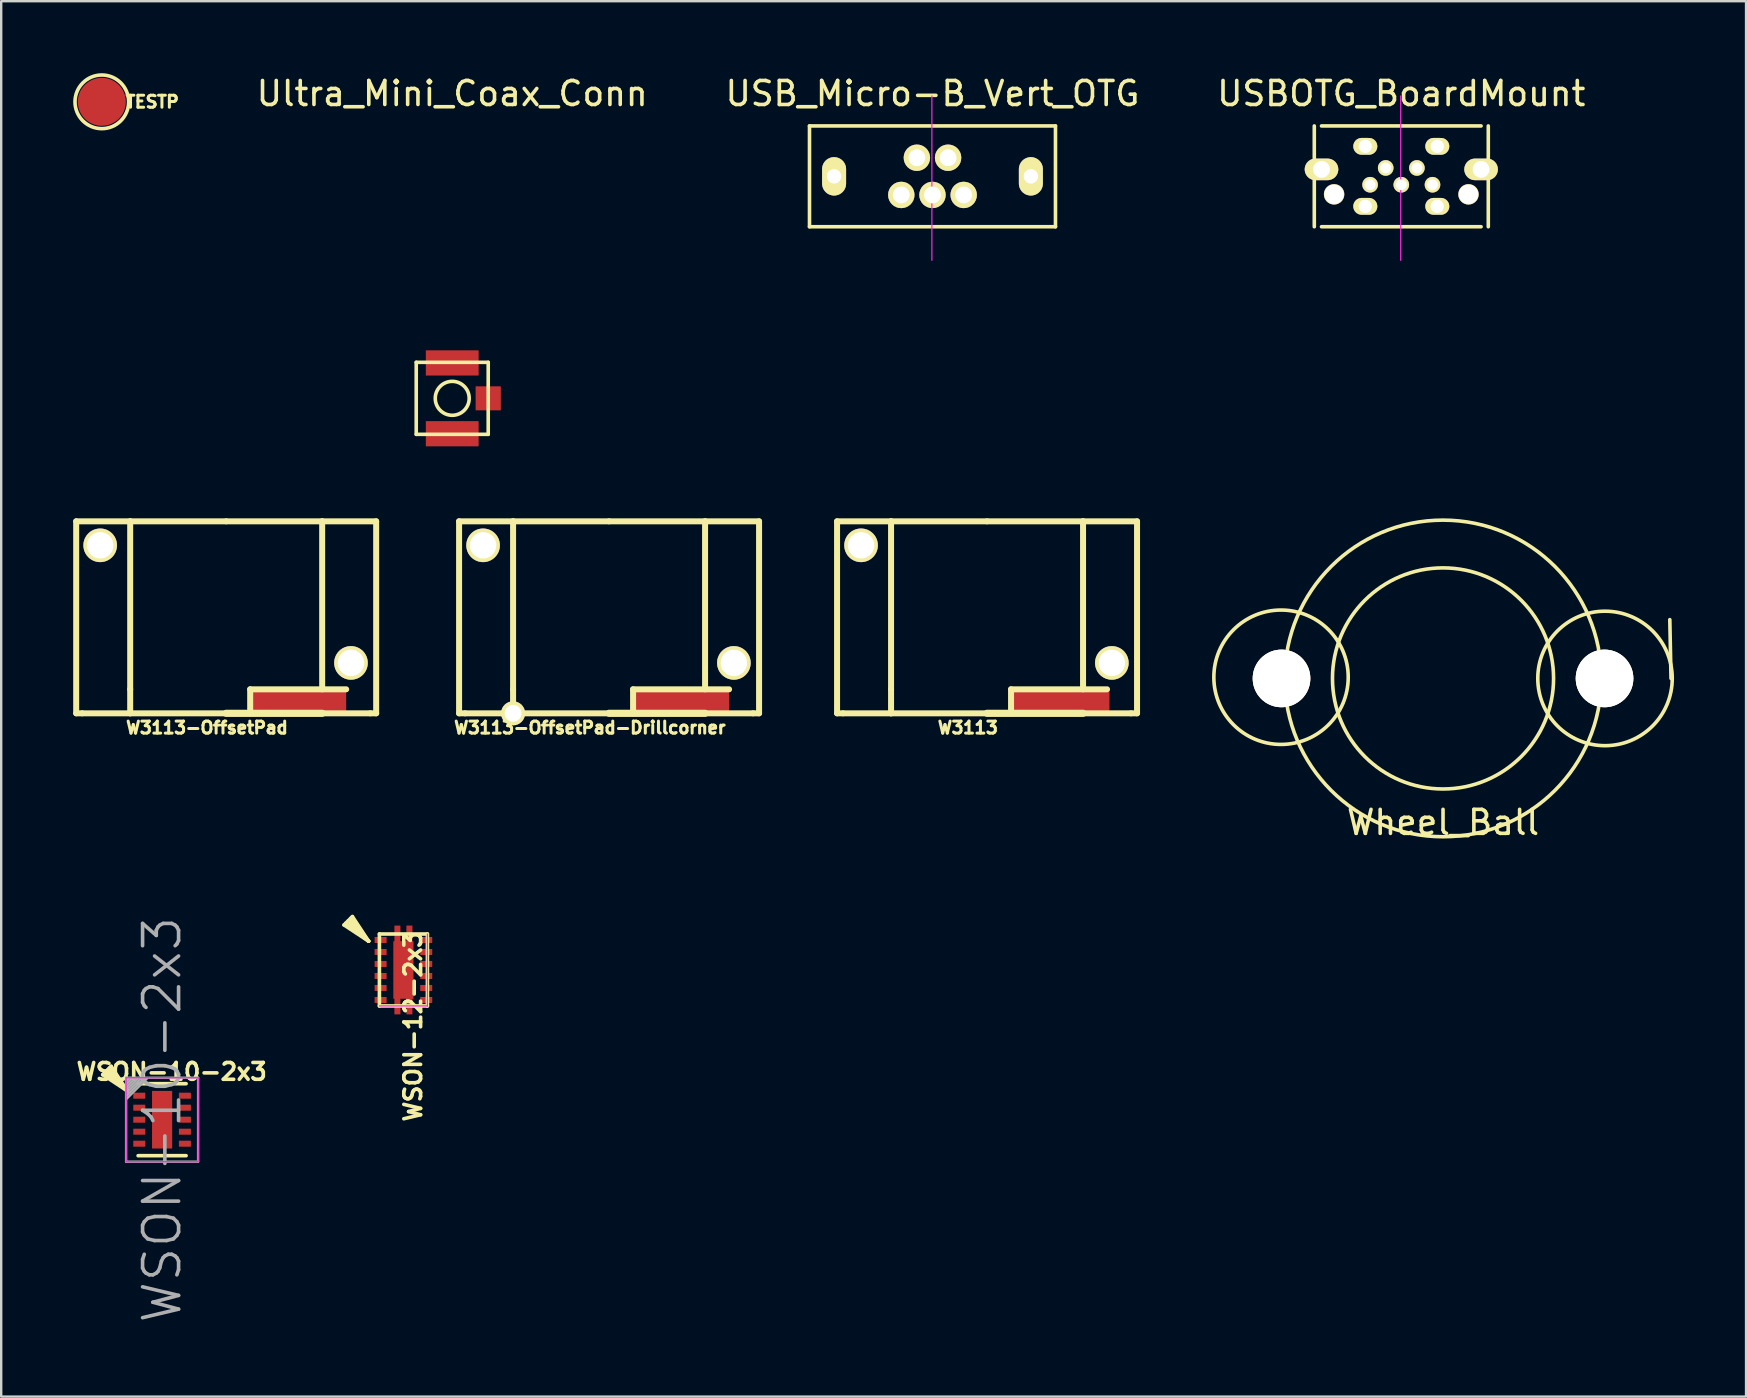
<source format=kicad_pcb>
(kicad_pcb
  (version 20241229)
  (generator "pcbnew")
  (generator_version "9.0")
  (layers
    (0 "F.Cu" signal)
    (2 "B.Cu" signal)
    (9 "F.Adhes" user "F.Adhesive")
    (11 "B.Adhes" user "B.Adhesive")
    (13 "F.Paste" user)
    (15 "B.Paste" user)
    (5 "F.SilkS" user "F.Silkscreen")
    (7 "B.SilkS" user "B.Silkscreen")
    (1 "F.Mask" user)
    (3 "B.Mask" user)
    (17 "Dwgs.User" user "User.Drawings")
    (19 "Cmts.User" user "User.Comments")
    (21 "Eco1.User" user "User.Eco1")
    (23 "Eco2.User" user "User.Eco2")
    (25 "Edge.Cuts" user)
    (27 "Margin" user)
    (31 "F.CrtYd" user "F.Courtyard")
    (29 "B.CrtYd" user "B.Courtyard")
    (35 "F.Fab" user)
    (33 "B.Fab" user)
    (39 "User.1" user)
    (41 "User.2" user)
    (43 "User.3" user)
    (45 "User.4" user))
  (footprint "W3113"
    (layer "F.Cu")
    (at 38.08 26.673)
    (property "Reference" "W3113" (at -0.8 0.6 0) (layer "F.SilkS") (effects (font (size 0.5 0.5) (thickness 0.125))))
    (attr through_hole)
    (fp_line (start -6.25 -8) (end -4 -8) (stroke (width 0.25) (type solid)) (layer "F.SilkS"))
    (fp_line (start -6.25 0) (end -6.25 -8) (stroke (width 0.25) (type solid)) (layer "F.SilkS"))
    (fp_line (start -6 0) (end -6.25 0) (stroke (width 0.25) (type solid)) (layer "F.SilkS"))
    (fp_line (start -4 -8) (end -4 -1) (stroke (width 0.25) (type solid)) (layer "F.SilkS"))
    (fp_line (start -4 -1) (end -4 0) (stroke (width 0.25) (type solid)) (layer "F.SilkS"))
    (fp_line (start -4 0) (end -6 0) (stroke (width 0.25) (type solid)) (layer "F.SilkS"))
    (fp_line (start -4 0) (end 0 0) (stroke (width 0.25) (type solid)) (layer "F.SilkS"))
    (fp_line (start 0 -8) (end -4 -8) (stroke (width 0.25) (type solid)) (layer "F.SilkS"))
    (fp_line (start 0 0) (end 4 0) (stroke (width 0.3) (type solid)) (layer "F.SilkS"))
    (fp_line (start 1 -1) (end 5 -1) (stroke (width 0.25) (type solid)) (layer "F.SilkS"))
    (fp_line (start 1 0) (end 1 -1) (stroke (width 0.25) (type solid)) (layer "F.SilkS"))
    (fp_line (start 4 -8) (end 0 -8) (stroke (width 0.25) (type solid)) (layer "F.SilkS"))
    (fp_line (start 4 -1) (end 4 -8) (stroke (width 0.25) (type solid)) (layer "F.SilkS"))
    (fp_line (start 4 0) (end 6 0) (stroke (width 0.25) (type solid)) (layer "F.SilkS"))
    (fp_line (start 6 0) (end 6.25 0) (stroke (width 0.25) (type solid)) (layer "F.SilkS"))
    (fp_line (start 6.25 -8) (end 4 -8) (stroke (width 0.25) (type solid)) (layer "F.SilkS"))
    (fp_line (start 6.25 0) (end 6.25 -8) (stroke (width 0.25) (type solid)) (layer "F.SilkS"))
    (pad "" np_thru_hole circle (at -5.25 -7) (size 1.4 1.4) (drill 1.1) (layers "*.Cu" "*.Mask" "F.SilkS"))
    (pad "" np_thru_hole circle (at 5.2 -2.1) (size 1.4 1.4) (drill 1.1) (layers "*.Cu" "*.Mask" "F.SilkS"))
    (pad "1" smd rect (at 3.1 -0.4) (size 4 1) (layers "F.Cu" "F.Mask" "F.Paste")))
  (footprint "Wheel_Ball"
    (layer "F.Cu")
    (at 57.08 25.22)
    (property "Reference" "Wheel_Ball" (at 0 6 0) (layer "F.SilkS") (effects (font (size 1 1) (thickness 0.15))))
    (attr through_hole)
    (fp_line (start 9.5 0) (end 9.45 -2.45) (stroke (width 0.15) (type solid)) (layer "F.SilkS"))
    (fp_circle (center -6.75 -0.05) (end -9.55 -0.05) (stroke (width 0.15) (type solid)) (fill no) (layer "F.SilkS"))
    (fp_circle (center 0 0) (end 4.1 2.1) (stroke (width 0.15) (type solid)) (fill no) (layer "F.SilkS"))
    (fp_circle (center 0 0) (end 5.9 2.95) (stroke (width 0.15) (type solid)) (fill no) (layer "F.SilkS"))
    (fp_circle (center 6.75 0) (end 9.55 -0.1) (stroke (width 0.15) (type solid)) (fill no) (layer "F.SilkS"))
    (pad "1" thru_hole circle (at -6.73 0) (size 2.4 2.4) (drill 2.4) (layers "*.Cu" "*.Mask" "F.SilkS"))
    (pad "1" thru_hole circle (at 6.73 0) (size 2.4 2.4) (drill 2.4) (layers "*.Cu" "*.Mask" "F.SilkS")))
  (footprint "USBOTG_BoardMount"
    (layer "F.Cu")
    (at 55.341 4.298)
    (property "Reference" "USBOTG_BoardMount" (at 0 -3.45 0) (layer "F.SilkS") (effects (font (size 1 1) (thickness 0.15))))
    (attr smd)
    (fp_line (start -3.625 2.1) (end -3.625 -2.1) (stroke (width 0.15) (type solid)) (layer "F.SilkS"))
    (fp_line (start -3.325 -2.1) (end 3.325 -2.1) (stroke (width 0.15) (type solid)) (layer "F.SilkS"))
    (fp_line (start 3.325 2.1) (end -3.325 2.1) (stroke (width 0.15) (type solid)) (layer "F.SilkS"))
    (fp_line (start 3.625 -2.1) (end 3.625 2.1) (stroke (width 0.15) (type solid)) (layer "F.SilkS"))
    (fp_line (start -0.025 -3.35) (end -0.025 3.5) (stroke (width 0.05) (type solid)) (layer "F.CrtYd"))
    (pad "1" thru_hole circle (at 1.3 0.35 90) (size 0.65 0.65) (drill 0.45) (layers "*.Cu" "*.Mask" "F.SilkS"))
    (pad "2" thru_hole circle (at 0.65 -0.35 90) (size 0.65 0.65) (drill 0.45) (layers "*.Cu" "*.Mask" "F.SilkS"))
    (pad "3" thru_hole circle (at 0 0.35 90) (size 0.65 0.65) (drill 0.45) (layers "*.Cu" "*.Mask" "F.SilkS"))
    (pad "4" thru_hole circle (at -0.65 -0.35 90) (size 0.65 0.65) (drill 0.45) (layers "*.Cu" "*.Mask" "F.SilkS"))
    (pad "5" thru_hole circle (at -1.3 0.35 90) (size 0.65 0.65) (drill 0.45) (layers "*.Cu" "*.Mask" "F.SilkS"))
    (pad "6" thru_hole oval (at -3.325 -0.29 180) (size 1.4 0.9) (drill 0.7) (layers "*.Cu" "*.Mask" "F.SilkS"))
    (pad "6" thru_hole circle (at -2.8 0.75 90) (size 0.85 0.85) (drill 0.8) (layers "*.Cu" "*.Mask" "F.SilkS"))
    (pad "6" thru_hole oval (at -1.5 -1.25 180) (size 1 0.7) (drill 0.55) (layers "*.Cu" "*.Mask" "F.SilkS"))
    (pad "6" thru_hole oval (at -1.5 1.25 180) (size 1 0.7) (drill 0.55) (layers "*.Cu" "*.Mask" "F.SilkS"))
    (pad "6" thru_hole oval (at 1.5 -1.25 180) (size 1 0.7) (drill 0.55) (layers "*.Cu" "*.Mask" "F.SilkS"))
    (pad "6" thru_hole oval (at 1.5 1.25 180) (size 1 0.7) (drill 0.55) (layers "*.Cu" "*.Mask" "F.SilkS"))
    (pad "6" thru_hole circle (at 2.8 0.75 90) (size 0.85 0.85) (drill 0.8) (layers "*.Cu" "*.Mask" "F.SilkS"))
    (pad "6" thru_hole oval (at 3.325 -0.29 180) (size 1.4 0.9) (drill 0.7) (layers "*.Cu" "*.Mask" "F.SilkS")))
  (footprint "TESTP"
    (layer "F.Cu")
    (at 1.193 1.193)
    (property "Reference" "TESTP" (at 2.1 0 0) (layer "F.SilkS") (effects (font (size 0.5 0.5) (thickness 0.125))))
    (attr through_hole)
    (fp_circle (center 0 0) (end 0.5 -1) (stroke (width 0.15) (type solid)) (fill no) (layer "F.SilkS"))
    (pad "1" smd circle (at 0 0) (size 2 2) (layers "F.Cu" "F.Mask" "F.Paste")))
  (footprint "W3113-OffsetPad"
    (layer "F.Cu")
    (at 6.375 26.673)
    (property "Reference" "W3113-OffsetPad" (at -0.8 0.6 0) (layer "F.SilkS") (effects (font (size 0.5 0.5) (thickness 0.125))))
    (attr through_hole)
    (fp_line (start -6.25 -8) (end -4 -8) (stroke (width 0.25) (type solid)) (layer "F.SilkS"))
    (fp_line (start -6.25 0) (end -6.25 -8) (stroke (width 0.25) (type solid)) (layer "F.SilkS"))
    (fp_line (start -6 0) (end -6.25 0) (stroke (width 0.25) (type solid)) (layer "F.SilkS"))
    (fp_line (start -4 -8) (end -4 -1) (stroke (width 0.25) (type solid)) (layer "F.SilkS"))
    (fp_line (start -4 -1) (end -4 0) (stroke (width 0.25) (type solid)) (layer "F.SilkS"))
    (fp_line (start -4 0) (end -6 0) (stroke (width 0.25) (type solid)) (layer "F.SilkS"))
    (fp_line (start -4 0) (end 0 0) (stroke (width 0.25) (type solid)) (layer "F.SilkS"))
    (fp_line (start 0 -8) (end -4 -8) (stroke (width 0.25) (type solid)) (layer "F.SilkS"))
    (fp_line (start 0 0) (end 4 0) (stroke (width 0.3) (type solid)) (layer "F.SilkS"))
    (fp_line (start 1 -1) (end 5 -1) (stroke (width 0.25) (type solid)) (layer "F.SilkS"))
    (fp_line (start 1 0) (end 1 -1) (stroke (width 0.25) (type solid)) (layer "F.SilkS"))
    (fp_line (start 4 -8) (end 0 -8) (stroke (width 0.25) (type solid)) (layer "F.SilkS"))
    (fp_line (start 4 -1) (end 4 -8) (stroke (width 0.25) (type solid)) (layer "F.SilkS"))
    (fp_line (start 4 0) (end 6 0) (stroke (width 0.25) (type solid)) (layer "F.SilkS"))
    (fp_line (start 6 0) (end 6.25 0) (stroke (width 0.25) (type solid)) (layer "F.SilkS"))
    (fp_line (start 6.25 -8) (end 4 -8) (stroke (width 0.25) (type solid)) (layer "F.SilkS"))
    (fp_line (start 6.25 0) (end 6.25 -8) (stroke (width 0.25) (type solid)) (layer "F.SilkS"))
    (pad "" np_thru_hole circle (at -5.25 -7) (size 1.4 1.4) (drill 1.1) (layers "*.Cu" "*.Mask" "F.SilkS"))
    (pad "" np_thru_hole circle (at 5.2 -2.1) (size 1.4 1.4) (drill 1.1) (layers "*.Cu" "*.Mask" "F.SilkS"))
    (pad "1" smd rect (at 2 -0.5) (size 4 1) (drill (offset 1 0)) (layers "F.Cu" "F.Mask" "F.Paste")))
  (footprint "WSON-10-2x3"
    (layer "F.Cu")
    (at 3.705 43.607)
    (property "Reference" "WSON-10-2x3" (at 0.4 -2 0) (layer "F.SilkS") (effects (font (size 0.7 0.7) (thickness 0.15))))
    (attr through_hole)
    (fp_line (start -2.475 -1.875) (end -1.45 -1.2) (stroke (width 0.15) (type solid)) (layer "F.SilkS"))
    (fp_line (start -2.125 -2.225) (end -2.475 -1.875) (stroke (width 0.15) (type solid)) (layer "F.SilkS"))
    (fp_line (start -1.45 -1.2) (end -2.4 -1.95) (stroke (width 0.15) (type solid)) (layer "F.SilkS"))
    (fp_line (start -1.45 -1.2) (end -2.3 -2.05) (stroke (width 0.15) (type solid)) (layer "F.SilkS"))
    (fp_line (start -1.45 -1.2) (end -2.2 -2.15) (stroke (width 0.15) (type solid)) (layer "F.SilkS"))
    (fp_line (start -1.45 -1.2) (end -2.125 -2.225) (stroke (width 0.15) (type solid)) (layer "F.SilkS"))
    (fp_line (start -1 -1.5) (end 1 -1.5) (stroke (width 0.15) (type solid)) (layer "F.SilkS"))
    (fp_line (start -1 1.5) (end 1 1.5) (stroke (width 0.15) (type solid)) (layer "F.SilkS"))
    (fp_line (start -1.5 -1.75) (end -1.5 1.75) (stroke (width 0.05) (type solid)) (layer "F.CrtYd"))
    (fp_line (start -1.5 -1.75) (end 1.5 -1.75) (stroke (width 0.05) (type solid)) (layer "F.CrtYd"))
    (fp_line (start -1.5 1.75) (end 1.5 1.75) (stroke (width 0.05) (type solid)) (layer "F.CrtYd"))
    (fp_line (start 1.5 1.75) (end 1.5 -1.75) (stroke (width 0.05) (type solid)) (layer "F.CrtYd"))
    (fp_line (start -1.5 -1.75) (end 1.5 -1.75) (stroke (width 0.1) (type solid)) (layer "F.Fab"))
    (fp_line (start -1.5 1.75) (end -1.5 -1.75) (stroke (width 0.1) (type solid)) (layer "F.Fab"))
    (fp_line (start -1.475 -1.125) (end -0.875 -1.725) (stroke (width 0.1) (type solid)) (layer "F.Fab"))
    (fp_line (start -1.375 -1.725) (end -1.475 -1.625) (stroke (width 0.1) (type solid)) (layer "F.Fab"))
    (fp_line (start -1.25 -1.725) (end -1.475 -1.5) (stroke (width 0.1) (type solid)) (layer "F.Fab"))
    (fp_line (start -1.125 -1.725) (end -1.475 -1.375) (stroke (width 0.1) (type solid)) (layer "F.Fab"))
    (fp_line (start -1 -1.725) (end -1.475 -1.25) (stroke (width 0.1) (type solid)) (layer "F.Fab"))
    (fp_line (start -0.75 -1.725) (end -1.475 -1) (stroke (width 0.1) (type solid)) (layer "F.Fab"))
    (fp_line (start -0.625 -1.725) (end -1.475 -0.875) (stroke (width 0.1) (type solid)) (layer "F.Fab"))
    (fp_line (start 1.5 -1.75) (end 1.5 1.75) (stroke (width 0.1) (type solid)) (layer "F.Fab"))
    (fp_line (start 1.5 1.75) (end -1.5 1.75) (stroke (width 0.1) (type solid)) (layer "F.Fab"))
    (fp_text user "${REFERENCE}" (at 0 0 90) (layer "F.Fab") (effects (font (size 1.5 1.5) (thickness 0.15))))
    (pad "" smd rect (at 0 -0.6) (size 0.84 1) (layers "F.Paste"))
    (pad "" smd rect (at 0 0.6) (size 0.84 1) (layers "F.Paste"))
    (pad "1" smd rect (at -0.95 -1) (size 0.5 0.25) (layers "F.Cu" "F.Mask" "F.Paste"))
    (pad "2" smd rect (at -0.95 -0.5) (size 0.5 0.25) (layers "F.Cu" "F.Mask" "F.Paste"))
    (pad "3" smd rect (at -0.95 0) (size 0.5 0.25) (layers "F.Cu" "F.Mask" "F.Paste"))
    (pad "4" smd rect (at -0.95 0.5) (size 0.5 0.25) (layers "F.Cu" "F.Mask" "F.Paste"))
    (pad "5" smd rect (at -0.95 1) (size 0.5 0.25) (layers "F.Cu" "F.Mask" "F.Paste"))
    (pad "6" smd rect (at 0.95 1) (size 0.5 0.25) (layers "F.Cu" "F.Mask" "F.Paste"))
    (pad "7" smd rect (at 0.95 0.5) (size 0.5 0.25) (layers "F.Cu" "F.Mask" "F.Paste"))
    (pad "8" smd rect (at 0.95 0) (size 0.5 0.25) (layers "F.Cu" "F.Mask" "F.Paste"))
    (pad "9" smd rect (at 0.95 -0.5) (size 0.5 0.25) (layers "F.Cu" "F.Mask" "F.Paste"))
    (pad "10" smd rect (at 0.95 -1) (size 0.5 0.25) (layers "F.Cu" "F.Mask" "F.Paste"))
    (pad "PAD" smd rect (at 0 0) (size 0.84 2.4) (layers "F.Cu" "F.Mask")))
  (footprint "WSON-12-2x3"
    (layer "F.Cu")
    (at 13.76 37.368)
    (property "Reference" "WSON-12-2x3" (at 0.4 2.35 90) (layer "F.SilkS") (effects (font (size 0.7 0.7) (thickness 0.15))))
    (attr through_hole)
    (fp_line (start -2.475 -1.875) (end -1.45 -1.2) (stroke (width 0.15) (type solid)) (layer "F.SilkS"))
    (fp_line (start -2.125 -2.225) (end -2.475 -1.875) (stroke (width 0.15) (type solid)) (layer "F.SilkS"))
    (fp_line (start -1.45 -1.2) (end -2.4 -1.95) (stroke (width 0.15) (type solid)) (layer "F.SilkS"))
    (fp_line (start -1.45 -1.2) (end -2.3 -2.05) (stroke (width 0.15) (type solid)) (layer "F.SilkS"))
    (fp_line (start -1.45 -1.2) (end -2.2 -2.15) (stroke (width 0.15) (type solid)) (layer "F.SilkS"))
    (fp_line (start -1.45 -1.2) (end -2.125 -2.225) (stroke (width 0.15) (type solid)) (layer "F.SilkS"))
    (fp_line (start -1 -1.5) (end -1 1.5) (stroke (width 0.15) (type solid)) (layer "F.SilkS"))
    (fp_line (start -1 1.5) (end 1 1.5) (stroke (width 0.15) (type solid)) (layer "F.SilkS"))
    (fp_line (start 1 -1.5) (end -1 -1.5) (stroke (width 0.15) (type solid)) (layer "F.SilkS"))
    (fp_line (start 1 1.5) (end 1 -1.5) (stroke (width 0.15) (type solid)) (layer "F.SilkS"))
    (fp_line (start -1 1.5) (end 1 1.5) (stroke (width 0.05) (type solid)) (layer "F.CrtYd"))
    (fp_line (start 1 1.5) (end 1 -1.5) (stroke (width 0.05) (type solid)) (layer "F.CrtYd"))
    (pad "" smd rect (at 0 -0.6) (size 0.84 1) (layers "F.Paste"))
    (pad "" smd rect (at 0 0.6) (size 0.84 1) (layers "F.Paste"))
    (pad "1" smd rect (at -0.95 -1.25) (size 0.5 0.25) (layers "F.Cu" "F.Mask" "F.Paste"))
    (pad "2" smd rect (at -0.95 -0.75) (size 0.5 0.25) (layers "F.Cu" "F.Mask" "F.Paste"))
    (pad "3" smd rect (at -0.95 -0.25) (size 0.5 0.25) (layers "F.Cu" "F.Mask" "F.Paste"))
    (pad "4" smd rect (at -0.95 0.25) (size 0.5 0.25) (layers "F.Cu" "F.Mask" "F.Paste"))
    (pad "5" smd rect (at -0.95 0.75) (size 0.5 0.25) (layers "F.Cu" "F.Mask" "F.Paste"))
    (pad "6" smd rect (at -0.95 1.25) (size 0.5 0.25) (layers "F.Cu" "F.Mask" "F.Paste"))
    (pad "6" smd rect (at -0.25 -1.5) (size 0.25 0.7) (layers "F.Cu" "F.Mask" "F.Paste"))
    (pad "6" smd rect (at -0.25 1.5) (size 0.25 0.7) (layers "F.Cu" "F.Mask" "F.Paste"))
    (pad "6" smd rect (at 0 0) (size 0.84 2.4) (layers "F.Cu" "F.Mask"))
    (pad "6" smd rect (at 0.25 -1.5) (size 0.25 0.7) (layers "F.Cu" "F.Mask" "F.Paste"))
    (pad "6" smd rect (at 0.25 1.5) (size 0.25 0.7) (layers "F.Cu" "F.Mask" "F.Paste"))
    (pad "7" smd rect (at 0.95 1.25) (size 0.5 0.25) (layers "F.Cu" "F.Mask" "F.Paste"))
    (pad "8" smd rect (at 0.95 0.75) (size 0.5 0.25) (layers "F.Cu" "F.Mask" "F.Paste"))
    (pad "9" smd rect (at 0.95 0.25) (size 0.5 0.25) (layers "F.Cu" "F.Mask" "F.Paste"))
    (pad "10" smd rect (at 0.95 -0.25) (size 0.5 0.25) (layers "F.Cu" "F.Mask" "F.Paste"))
    (pad "11" smd rect (at 0.95 -0.75) (size 0.5 0.25) (layers "F.Cu" "F.Mask" "F.Paste"))
    (pad "12" smd rect (at 0.95 -1.25) (size 0.5 0.25) (layers "F.Cu" "F.Mask" "F.Paste")))
  (footprint "USB_Micro-B_Vert_OTG"
    (layer "F.Cu")
    (at 35.806 4.298)
    (property "Reference" "USB_Micro-B_Vert_OTG" (at 0 -3.45 0) (layer "F.SilkS") (effects (font (size 1 1) (thickness 0.15))))
    (attr smd)
    (fp_line (start -5.125 -2.1) (end 5.125 -2.1) (stroke (width 0.15) (type solid)) (layer "F.SilkS"))
    (fp_line (start -5.125 2.1) (end -5.125 -2.1) (stroke (width 0.15) (type solid)) (layer "F.SilkS"))
    (fp_line (start 5.125 -2.1) (end 5.125 2.1) (stroke (width 0.15) (type solid)) (layer "F.SilkS"))
    (fp_line (start 5.125 2.1) (end -5.125 2.1) (stroke (width 0.15) (type solid)) (layer "F.SilkS"))
    (fp_line (start -0.025 -3.35) (end -0.025 3.5) (stroke (width 0.05) (type solid)) (layer "F.CrtYd"))
    (pad "1" thru_hole circle (at 1.3 0.775 90) (size 1.1 1.1) (drill 0.7) (layers "*.Cu" "*.Mask" "F.SilkS"))
    (pad "2" thru_hole circle (at 0.65 -0.775 90) (size 1.1 1.1) (drill 0.7) (layers "*.Cu" "*.Mask" "F.SilkS"))
    (pad "3" thru_hole circle (at 0 0.775 90) (size 1.1 1.1) (drill 0.7) (layers "*.Cu" "*.Mask" "F.SilkS"))
    (pad "4" thru_hole circle (at -0.65 -0.775 90) (size 1.1 1.1) (drill 0.7) (layers "*.Cu" "*.Mask" "F.SilkS"))
    (pad "5" thru_hole circle (at -1.3 0.775 90) (size 1.1 1.1) (drill 0.7) (layers "*.Cu" "*.Mask" "F.SilkS"))
    (pad "6" thru_hole oval (at -4.1 0 90) (size 1.6 1) (drill 0.6) (layers "*.Cu" "*.Mask" "F.SilkS"))
    (pad "6" thru_hole oval (at 4.1 0 90) (size 1.6 1) (drill 0.6) (layers "*.Cu" "*.Mask" "F.SilkS")))
  (footprint "W3113-OffsetPad-Drillcorner"
    (layer "F.Cu")
    (at 22.33 26.673)
    (property "Reference" "W3113-OffsetPad-Drillcorner" (at -0.8 0.6 0) (layer "F.SilkS") (effects (font (size 0.5 0.5) (thickness 0.125))))
    (attr through_hole)
    (fp_line (start -6.25 -8) (end -4 -8) (stroke (width 0.25) (type solid)) (layer "F.SilkS"))
    (fp_line (start -6.25 0) (end -6.25 -8) (stroke (width 0.25) (type solid)) (layer "F.SilkS"))
    (fp_line (start -6 0) (end -6.25 0) (stroke (width 0.25) (type solid)) (layer "F.SilkS"))
    (fp_line (start -4 -8) (end -4 -1) (stroke (width 0.25) (type solid)) (layer "F.SilkS"))
    (fp_line (start -4 -1) (end -4 0) (stroke (width 0.25) (type solid)) (layer "F.SilkS"))
    (fp_line (start -4 0) (end -6 0) (stroke (width 0.25) (type solid)) (layer "F.SilkS"))
    (fp_line (start -4 0) (end 0 0) (stroke (width 0.25) (type solid)) (layer "F.SilkS"))
    (fp_line (start 0 -8) (end -4 -8) (stroke (width 0.25) (type solid)) (layer "F.SilkS"))
    (fp_line (start 0 0) (end 4 0) (stroke (width 0.3) (type solid)) (layer "F.SilkS"))
    (fp_line (start 1 -1) (end 5 -1) (stroke (width 0.25) (type solid)) (layer "F.SilkS"))
    (fp_line (start 1 0) (end 1 -1) (stroke (width 0.25) (type solid)) (layer "F.SilkS"))
    (fp_line (start 4 -8) (end 0 -8) (stroke (width 0.25) (type solid)) (layer "F.SilkS"))
    (fp_line (start 4 -1) (end 4 -8) (stroke (width 0.25) (type solid)) (layer "F.SilkS"))
    (fp_line (start 4 0) (end 6 0) (stroke (width 0.25) (type solid)) (layer "F.SilkS"))
    (fp_line (start 6 0) (end 6.25 0) (stroke (width 0.25) (type solid)) (layer "F.SilkS"))
    (fp_line (start 6.25 -8) (end 4 -8) (stroke (width 0.25) (type solid)) (layer "F.SilkS"))
    (fp_line (start 6.25 0) (end 6.25 -8) (stroke (width 0.25) (type solid)) (layer "F.SilkS"))
    (pad "" np_thru_hole circle (at -5.25 -7) (size 1.4 1.4) (drill 1.1) (layers "*.Cu" "*.Mask" "F.SilkS"))
    (pad "" np_thru_hole circle (at -4 0) (size 1 1) (drill 0.7) (layers "*.Cu" "*.Mask" "F.SilkS"))
    (pad "" np_thru_hole circle (at 5.2 -2.1) (size 1.4 1.4) (drill 1.1) (layers "*.Cu" "*.Mask" "F.SilkS"))
    (pad "1" smd rect (at 2 -0.5) (size 4 1) (drill (offset 1 0)) (layers "F.Cu" "F.Mask" "F.Paste")))
  (footprint "Ultra_Mini_Coax_Conn"
    (layer "F.Cu")
    (at 15.794 13.548)
    (property "Reference" "Ultra_Mini_Coax_Conn" (at 0 -12.7 0) (layer "F.SilkS") (effects (font (size 1 1) (thickness 0.15))))
    (attr through_hole)
    (fp_line (start -1.5 -1.5) (end 1.5 -1.5) (stroke (width 0.15) (type solid)) (layer "F.SilkS"))
    (fp_line (start -1.5 1.5) (end -1.5 -1.5) (stroke (width 0.15) (type solid)) (layer "F.SilkS"))
    (fp_line (start 1.5 -1.5) (end 1.5 1.5) (stroke (width 0.15) (type solid)) (layer "F.SilkS"))
    (fp_line (start 1.5 1.5) (end -1.5 1.5) (stroke (width 0.15) (type solid)) (layer "F.SilkS"))
    (fp_circle (center 0 0) (end 0.5 0.5) (stroke (width 0.15) (type solid)) (fill no) (layer "F.SilkS"))
    (pad "1" smd rect (at 1.5 0) (size 1.05 1) (layers "F.Cu" "F.Mask" "F.Paste"))
    (pad "2" smd rect (at 0 -1.475) (size 2.2 1.05) (layers "F.Cu" "F.Mask" "F.Paste"))
    (pad "2" smd rect (at 0 1.475) (size 2.2 1.05) (layers "F.Cu" "F.Mask" "F.Paste")))
  (gr_rect
    (start -3 -3)
    (end 69.707 55.146)
    (stroke (width 0.1) (type default))
    (fill no)
    (layer "Edge.Cuts")))
</source>
